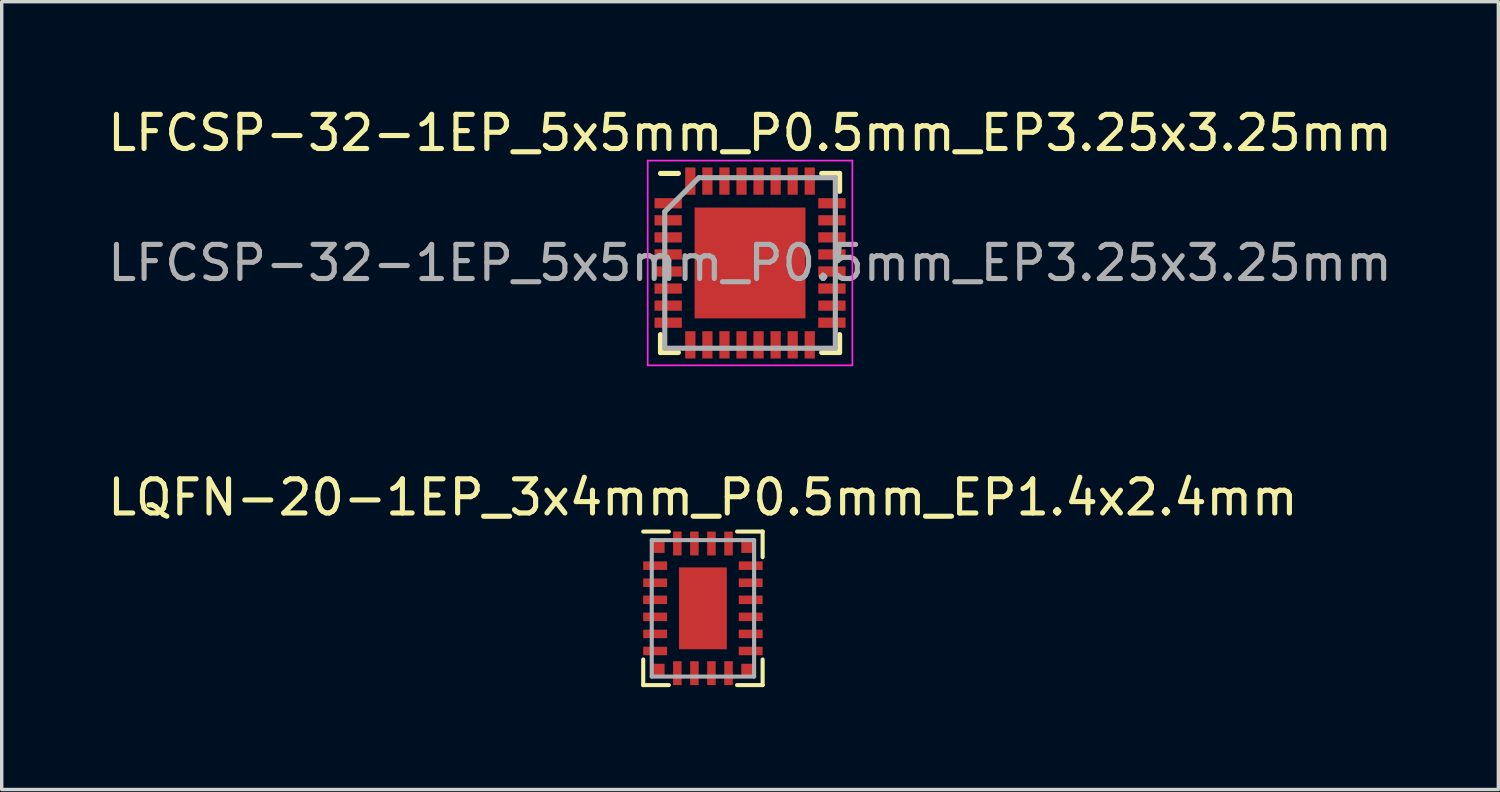
<source format=kicad_pcb>
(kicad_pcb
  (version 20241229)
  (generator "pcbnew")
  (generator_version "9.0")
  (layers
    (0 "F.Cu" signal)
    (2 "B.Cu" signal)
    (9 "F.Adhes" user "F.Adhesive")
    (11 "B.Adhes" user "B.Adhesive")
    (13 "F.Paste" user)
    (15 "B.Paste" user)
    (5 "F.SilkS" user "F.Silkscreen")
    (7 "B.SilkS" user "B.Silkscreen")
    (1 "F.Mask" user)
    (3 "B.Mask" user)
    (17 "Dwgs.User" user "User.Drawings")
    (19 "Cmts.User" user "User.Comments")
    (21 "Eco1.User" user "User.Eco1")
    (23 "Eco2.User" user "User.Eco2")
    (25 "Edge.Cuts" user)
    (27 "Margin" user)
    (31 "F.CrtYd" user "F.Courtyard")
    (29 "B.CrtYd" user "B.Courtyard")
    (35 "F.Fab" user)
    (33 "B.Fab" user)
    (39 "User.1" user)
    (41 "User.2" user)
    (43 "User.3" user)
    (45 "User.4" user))
  (footprint "LFCSP-32-1EP_5x5mm_P0.5mm_EP3.25x3.25mm"
    (layer "F.Cu")
    (at 18.935 4.658)
    (property "Reference" "LFCSP-32-1EP_5x5mm_P0.5mm_EP3.25x3.25mm" (at 0 -3.81 0) (layer "F.SilkS") (effects (font (size 1 1) (thickness 0.15))))
    (attr through_hole)
    (fp_line (start -2.625 -2.625) (end -2.1 -2.625) (stroke (width 0.15) (type solid)) (layer "F.SilkS"))
    (fp_line (start -2.625 2.625) (end -2.625 2.1) (stroke (width 0.15) (type solid)) (layer "F.SilkS"))
    (fp_line (start -2.625 2.625) (end -2.1 2.625) (stroke (width 0.15) (type solid)) (layer "F.SilkS"))
    (fp_line (start 2.625 -2.625) (end 2.1 -2.625) (stroke (width 0.15) (type solid)) (layer "F.SilkS"))
    (fp_line (start 2.625 -2.625) (end 2.625 -2.1) (stroke (width 0.15) (type solid)) (layer "F.SilkS"))
    (fp_line (start 2.625 2.625) (end 2.1 2.625) (stroke (width 0.15) (type solid)) (layer "F.SilkS"))
    (fp_line (start 2.625 2.625) (end 2.625 2.1) (stroke (width 0.15) (type solid)) (layer "F.SilkS"))
    (fp_line (start -3 -3) (end -3 3) (stroke (width 0.05) (type solid)) (layer "F.CrtYd"))
    (fp_line (start -3 -3) (end 3 -3) (stroke (width 0.05) (type solid)) (layer "F.CrtYd"))
    (fp_line (start -3 3) (end 3 3) (stroke (width 0.05) (type solid)) (layer "F.CrtYd"))
    (fp_line (start 3 -3) (end 3 3) (stroke (width 0.05) (type solid)) (layer "F.CrtYd"))
    (fp_line (start -2.5 -1.5) (end -1.5 -2.5) (stroke (width 0.15) (type solid)) (layer "F.Fab"))
    (fp_line (start -2.5 2.5) (end -2.5 -1.5) (stroke (width 0.15) (type solid)) (layer "F.Fab"))
    (fp_line (start -1.5 -2.5) (end 2.5 -2.5) (stroke (width 0.15) (type solid)) (layer "F.Fab"))
    (fp_line (start 2.5 -2.5) (end 2.5 2.5) (stroke (width 0.15) (type solid)) (layer "F.Fab"))
    (fp_line (start 2.5 2.5) (end -2.5 2.5) (stroke (width 0.15) (type solid)) (layer "F.Fab"))
    (fp_text user "${REFERENCE}" (at 0 0 0) (layer "F.Fab") (effects (font (size 1 1) (thickness 0.15))))
    (pad "" smd rect (at -0.8 -0.8) (size 1.3 1.3) (layers "F.Paste"))
    (pad "" smd rect (at -0.8 0.8) (size 1.3 1.3) (layers "F.Paste"))
    (pad "" smd rect (at 0.8 -0.8) (size 1.3 1.3) (layers "F.Paste"))
    (pad "" smd rect (at 0.8 0.8) (size 1.3 1.3) (layers "F.Paste"))
    (pad "1" smd rect (at -2.4 -1.75) (size 0.8 0.3) (layers "F.Cu" "F.Mask" "F.Paste"))
    (pad "2" smd rect (at -2.4 -1.25) (size 0.8 0.3) (layers "F.Cu" "F.Mask" "F.Paste"))
    (pad "3" smd rect (at -2.4 -0.75) (size 0.8 0.3) (layers "F.Cu" "F.Mask" "F.Paste"))
    (pad "4" smd rect (at -2.4 -0.25) (size 0.8 0.3) (layers "F.Cu" "F.Mask" "F.Paste"))
    (pad "5" smd rect (at -2.4 0.25) (size 0.8 0.3) (layers "F.Cu" "F.Mask" "F.Paste"))
    (pad "6" smd rect (at -2.4 0.75) (size 0.8 0.3) (layers "F.Cu" "F.Mask" "F.Paste"))
    (pad "7" smd rect (at -2.4 1.25) (size 0.8 0.3) (layers "F.Cu" "F.Mask" "F.Paste"))
    (pad "8" smd rect (at -2.4 1.75) (size 0.8 0.3) (layers "F.Cu" "F.Mask" "F.Paste"))
    (pad "9" smd rect (at -1.75 2.4 90) (size 0.8 0.3) (layers "F.Cu" "F.Mask" "F.Paste"))
    (pad "10" smd rect (at -1.25 2.4 90) (size 0.8 0.3) (layers "F.Cu" "F.Mask" "F.Paste"))
    (pad "11" smd rect (at -0.75 2.4 90) (size 0.8 0.3) (layers "F.Cu" "F.Mask" "F.Paste"))
    (pad "12" smd rect (at -0.25 2.4 90) (size 0.8 0.3) (layers "F.Cu" "F.Mask" "F.Paste"))
    (pad "13" smd rect (at 0.25 2.4 90) (size 0.8 0.3) (layers "F.Cu" "F.Mask" "F.Paste"))
    (pad "14" smd rect (at 0.75 2.4 90) (size 0.8 0.3) (layers "F.Cu" "F.Mask" "F.Paste"))
    (pad "15" smd rect (at 1.25 2.4 90) (size 0.8 0.3) (layers "F.Cu" "F.Mask" "F.Paste"))
    (pad "16" smd rect (at 1.75 2.4 90) (size 0.8 0.3) (layers "F.Cu" "F.Mask" "F.Paste"))
    (pad "17" smd rect (at 2.4 1.75) (size 0.8 0.3) (layers "F.Cu" "F.Mask" "F.Paste"))
    (pad "18" smd rect (at 2.4 1.25) (size 0.8 0.3) (layers "F.Cu" "F.Mask" "F.Paste"))
    (pad "19" smd rect (at 2.4 0.75) (size 0.8 0.3) (layers "F.Cu" "F.Mask" "F.Paste"))
    (pad "20" smd rect (at 2.4 0.25) (size 0.8 0.3) (layers "F.Cu" "F.Mask" "F.Paste"))
    (pad "21" smd rect (at 2.4 -0.25) (size 0.8 0.3) (layers "F.Cu" "F.Mask" "F.Paste"))
    (pad "22" smd rect (at 2.4 -0.75) (size 0.8 0.3) (layers "F.Cu" "F.Mask" "F.Paste"))
    (pad "23" smd rect (at 2.4 -1.25) (size 0.8 0.3) (layers "F.Cu" "F.Mask" "F.Paste"))
    (pad "24" smd rect (at 2.4 -1.75) (size 0.8 0.3) (layers "F.Cu" "F.Mask" "F.Paste"))
    (pad "25" smd rect (at 1.75 -2.4 90) (size 0.8 0.3) (layers "F.Cu" "F.Mask" "F.Paste"))
    (pad "26" smd rect (at 1.25 -2.4 90) (size 0.8 0.3) (layers "F.Cu" "F.Mask" "F.Paste"))
    (pad "27" smd rect (at 0.75 -2.4 90) (size 0.8 0.3) (layers "F.Cu" "F.Mask" "F.Paste"))
    (pad "28" smd rect (at 0.25 -2.4 90) (size 0.8 0.3) (layers "F.Cu" "F.Mask" "F.Paste"))
    (pad "29" smd rect (at -0.25 -2.4 90) (size 0.8 0.3) (layers "F.Cu" "F.Mask" "F.Paste"))
    (pad "30" smd rect (at -0.75 -2.4 90) (size 0.8 0.3) (layers "F.Cu" "F.Mask" "F.Paste"))
    (pad "31" smd rect (at -1.25 -2.4 90) (size 0.8 0.3) (layers "F.Cu" "F.Mask" "F.Paste"))
    (pad "32" smd rect (at -1.75 -2.4 90) (size 0.8 0.3) (layers "F.Cu" "F.Mask" "F.Paste"))
    (pad "33" smd rect (at 0 0) (size 3.25 3.25) (layers "F.Cu" "F.Mask")))
  (footprint "LQFN-20-1EP_3x4mm_P0.5mm_EP1.4x2.4mm"
    (layer "F.Cu")
    (at 17.554 14.781)
    (property "Reference" "LQFN-20-1EP_3x4mm_P0.5mm_EP1.4x2.4mm" (at 0 -3.25 0) (layer "F.SilkS") (effects (font (size 1 1) (thickness 0.15))))
    (attr through_hole)
    (fp_line (start -1.75 2.25) (end -1.75 1.5) (stroke (width 0.12) (type solid)) (layer "F.SilkS"))
    (fp_line (start -1 -2.25) (end -1.75 -2.25) (stroke (width 0.12) (type solid)) (layer "F.SilkS"))
    (fp_line (start -1 2.25) (end -1.75 2.25) (stroke (width 0.12) (type solid)) (layer "F.SilkS"))
    (fp_line (start 1 -2.25) (end 1.75 -2.25) (stroke (width 0.12) (type solid)) (layer "F.SilkS"))
    (fp_line (start 1 2.25) (end 1.75 2.25) (stroke (width 0.12) (type solid)) (layer "F.SilkS"))
    (fp_line (start 1.75 -2.25) (end 1.75 -1.5) (stroke (width 0.12) (type solid)) (layer "F.SilkS"))
    (fp_line (start 1.75 2.25) (end 1.75 1.5) (stroke (width 0.12) (type solid)) (layer "F.SilkS"))
    (fp_line (start -1.5 -2) (end 1.5 -2) (stroke (width 0.12) (type solid)) (layer "F.Fab"))
    (fp_line (start -1.5 2) (end -1.5 -2) (stroke (width 0.12) (type solid)) (layer "F.Fab"))
    (fp_line (start 1.5 -2) (end 1.5 2) (stroke (width 0.12) (type solid)) (layer "F.Fab"))
    (fp_line (start 1.5 2) (end -1.5 2) (stroke (width 0.12) (type solid)) (layer "F.Fab"))
    (pad "" smd rect (at -1.312 -1.812 270) (size 0.375 0.375) (layers "F.Cu" "F.Mask" "F.Paste"))
    (pad "" smd rect (at -1.312 1.812 270) (size 0.375 0.375) (layers "F.Cu" "F.Mask" "F.Paste"))
    (pad "" smd rect (at 1.312 -1.812 270) (size 0.375 0.375) (layers "F.Cu" "F.Mask" "F.Paste"))
    (pad "" smd rect (at 1.312 1.812 270) (size 0.375 0.375) (layers "F.Cu" "F.Mask" "F.Paste"))
    (pad "1" smd rect (at -1.4 -1.25 180) (size 0.7 0.25) (layers "F.Cu" "F.Mask" "F.Paste"))
    (pad "2" smd rect (at -1.4 -0.75 180) (size 0.7 0.25) (layers "F.Cu" "F.Mask" "F.Paste"))
    (pad "3" smd rect (at -1.4 -0.25 180) (size 0.7 0.25) (layers "F.Cu" "F.Mask" "F.Paste"))
    (pad "4" smd rect (at -1.4 0.25 180) (size 0.7 0.25) (layers "F.Cu" "F.Mask" "F.Paste"))
    (pad "5" smd rect (at -1.4 0.75 180) (size 0.7 0.25) (layers "F.Cu" "F.Mask" "F.Paste"))
    (pad "6" smd rect (at -1.4 1.25 180) (size 0.7 0.25) (layers "F.Cu" "F.Mask" "F.Paste"))
    (pad "7" smd rect (at -0.75 1.9 270) (size 0.7 0.25) (layers "F.Cu" "F.Mask" "F.Paste"))
    (pad "8" smd rect (at -0.25 1.9 270) (size 0.7 0.25) (layers "F.Cu" "F.Mask" "F.Paste"))
    (pad "9" smd rect (at 0.25 1.9 270) (size 0.7 0.25) (layers "F.Cu" "F.Mask" "F.Paste"))
    (pad "10" smd rect (at 0.75 1.9 270) (size 0.7 0.25) (layers "F.Cu" "F.Mask" "F.Paste"))
    (pad "11" smd rect (at 1.4 1.25 180) (size 0.7 0.25) (layers "F.Cu" "F.Mask" "F.Paste"))
    (pad "12" smd rect (at 1.4 0.75 180) (size 0.7 0.25) (layers "F.Cu" "F.Mask" "F.Paste"))
    (pad "13" smd rect (at 1.4 0.25 180) (size 0.7 0.25) (layers "F.Cu" "F.Mask" "F.Paste"))
    (pad "14" smd rect (at 1.4 -0.25 180) (size 0.7 0.25) (layers "F.Cu" "F.Mask" "F.Paste"))
    (pad "15" smd rect (at 1.4 -0.75 180) (size 0.7 0.25) (layers "F.Cu" "F.Mask" "F.Paste"))
    (pad "16" smd rect (at 1.4 -1.25 180) (size 0.7 0.25) (layers "F.Cu" "F.Mask" "F.Paste"))
    (pad "17" smd rect (at 0.75 -1.9 90) (size 0.7 0.25) (layers "F.Cu" "F.Mask" "F.Paste"))
    (pad "18" smd rect (at 0.25 -1.9 90) (size 0.7 0.25) (layers "F.Cu" "F.Mask" "F.Paste"))
    (pad "19" smd rect (at -0.25 -1.9 90) (size 0.7 0.25) (layers "F.Cu" "F.Mask" "F.Paste"))
    (pad "20" smd rect (at -0.75 -1.9 90) (size 0.7 0.25) (layers "F.Cu" "F.Mask" "F.Paste"))
    (pad "21" smd rect (at 0 0) (size 1.4 2.4) (layers "F.Cu" "F.Mask" "F.Paste")))
  (gr_rect
    (start -3 -3)
    (end 40.869 20.091)
    (stroke (width 0.1) (type default))
    (fill no)
    (layer "Edge.Cuts")))
</source>
